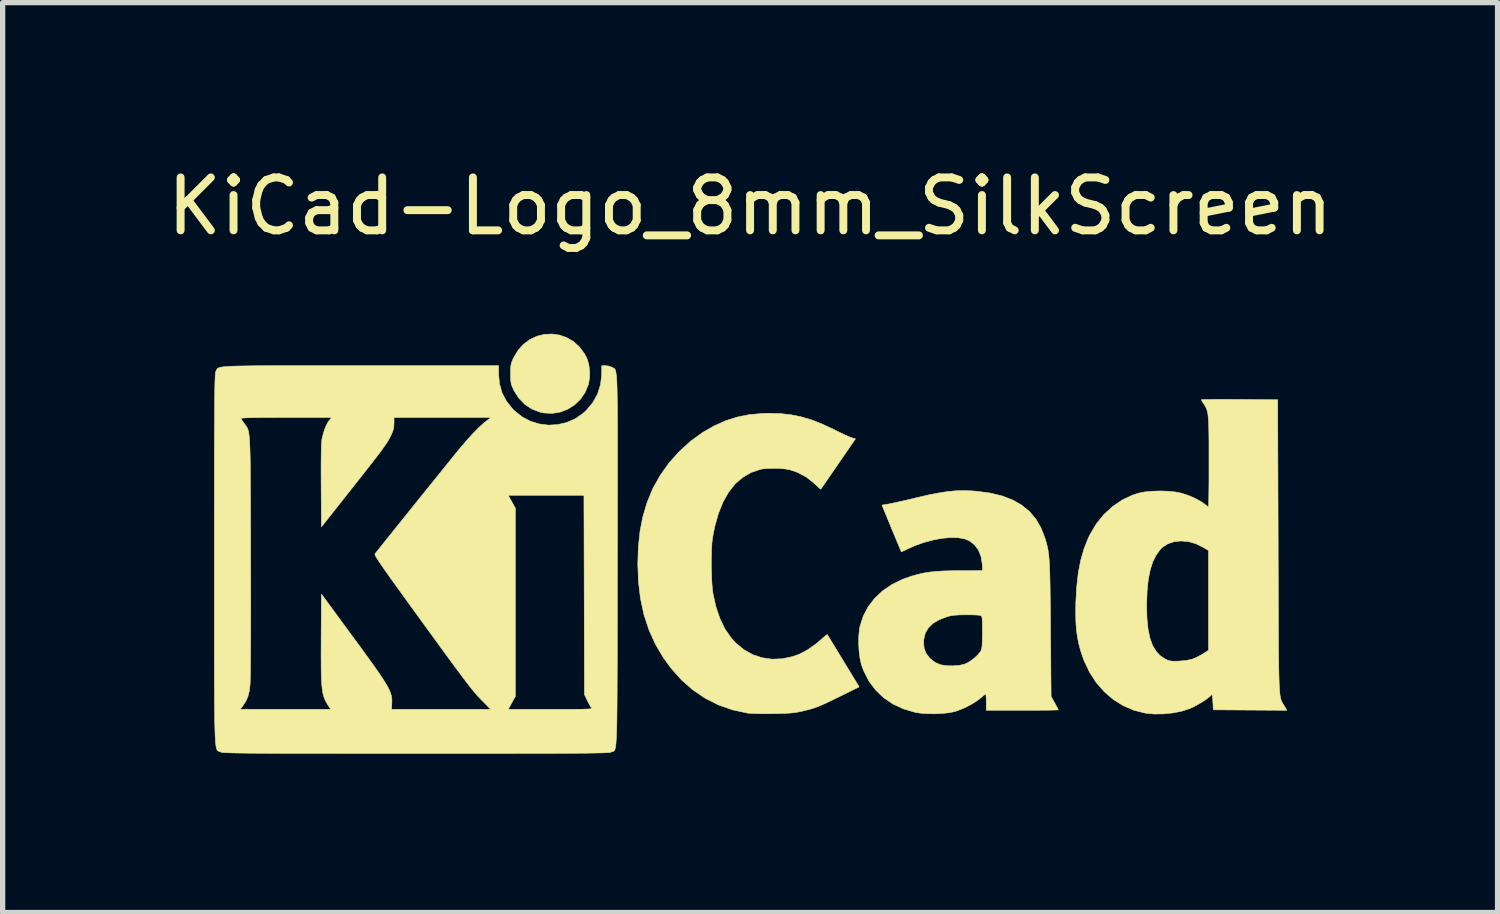
<source format=kicad_pcb>
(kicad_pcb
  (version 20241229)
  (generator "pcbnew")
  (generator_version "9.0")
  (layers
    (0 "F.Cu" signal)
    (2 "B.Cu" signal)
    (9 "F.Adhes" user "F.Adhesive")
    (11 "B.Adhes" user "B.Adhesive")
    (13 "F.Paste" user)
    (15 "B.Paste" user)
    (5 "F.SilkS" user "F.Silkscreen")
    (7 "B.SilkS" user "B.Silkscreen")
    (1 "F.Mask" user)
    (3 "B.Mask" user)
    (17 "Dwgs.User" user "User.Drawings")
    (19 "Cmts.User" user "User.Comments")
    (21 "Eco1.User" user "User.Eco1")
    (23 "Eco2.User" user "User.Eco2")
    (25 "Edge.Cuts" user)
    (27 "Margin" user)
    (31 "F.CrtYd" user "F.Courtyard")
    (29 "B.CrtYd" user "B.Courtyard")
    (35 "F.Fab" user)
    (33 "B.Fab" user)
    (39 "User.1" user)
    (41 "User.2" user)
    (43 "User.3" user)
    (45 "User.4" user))
  (footprint "KiCad-Logo_8mm_SilkScreen"
    (layer "F.Cu")
    (at 11.125 7.198)
    (property "Reference" "KiCad-Logo_8mm_SilkScreen" (at 0 -6.35 0) (layer "F.SilkS") (effects (font (size 1 1) (thickness 0.15))))
    (attr exclude_from_pos_files exclude_from_bom allow_missing_courtyard)
    (fp_poly (pts (xy -3.602 -3.916) (xy -3.466 -3.869) (xy -3.339 -3.794) (xy -3.226 -3.693) (xy -3.13 -3.564) (xy -3.087 -3.483) (xy -3.05 -3.37) (xy -3.032 -3.239) (xy -3.034 -3.105) (xy -3.056 -2.983) (xy -3.117 -2.834) (xy -3.205 -2.705) (xy -3.315 -2.598) (xy -3.444 -2.516) (xy -3.587 -2.461) (xy -3.739 -2.436) (xy -3.896 -2.444) (xy -3.973 -2.46) (xy -4.124 -2.519) (xy -4.258 -2.608) (xy -4.372 -2.726) (xy -4.463 -2.869) (xy -4.47 -2.885) (xy -4.497 -2.943) (xy -4.513 -2.993) (xy -4.522 -3.045) (xy -4.526 -3.111) (xy -4.527 -3.184) (xy -4.526 -3.271) (xy -4.521 -3.334) (xy -4.511 -3.385) (xy -4.492 -3.436) (xy -4.469 -3.487) (xy -4.384 -3.63) (xy -4.279 -3.745) (xy -4.158 -3.834) (xy -4.026 -3.895) (xy -3.886 -3.929) (xy -3.744 -3.936) (xy -3.602 -3.916)) (stroke (width 0.01) (type solid)) (fill yes) (layer "F.SilkS"))
    (fp_poly (pts (xy 0.581 -2.431) (xy 0.777 -2.409) (xy 0.967 -2.371) (xy 1.158 -2.314) (xy 1.358 -2.236) (xy 1.576 -2.135) (xy 1.615 -2.115) (xy 1.705 -2.071) (xy 1.79 -2.031) (xy 1.861 -1.999) (xy 1.91 -1.979) (xy 1.918 -1.977) (xy 1.991 -1.955) (xy 1.665 -1.481) (xy 1.585 -1.365) (xy 1.512 -1.259) (xy 1.449 -1.167) (xy 1.397 -1.092) (xy 1.359 -1.038) (xy 1.339 -1.008) (xy 1.335 -1.003) (xy 1.322 -1.013) (xy 1.288 -1.043) (xy 1.24 -1.087) (xy 1.214 -1.112) (xy 1.065 -1.231) (xy 0.897 -1.321) (xy 0.753 -1.37) (xy 0.666 -1.386) (xy 0.558 -1.395) (xy 0.44 -1.398) (xy 0.326 -1.395) (xy 0.229 -1.385) (xy 0.19 -1.378) (xy 0.015 -1.317) (xy -0.143 -1.225) (xy -0.284 -1.102) (xy -0.407 -0.947) (xy -0.512 -0.76) (xy -0.599 -0.543) (xy -0.669 -0.294) (xy -0.71 -0.082) (xy -0.721 0.012) (xy -0.728 0.134) (xy -0.732 0.273) (xy -0.733 0.423) (xy -0.73 0.575) (xy -0.725 0.718) (xy -0.716 0.846) (xy -0.704 0.949) (xy -0.702 0.964) (xy -0.646 1.22) (xy -0.569 1.445) (xy -0.472 1.643) (xy -0.353 1.813) (xy -0.269 1.905) (xy -0.117 2.03) (xy 0.049 2.123) (xy 0.227 2.182) (xy 0.414 2.209) (xy 0.607 2.201) (xy 0.803 2.16) (xy 0.92 2.119) (xy 1.08 2.037) (xy 1.246 1.92) (xy 1.339 1.84) (xy 1.391 1.794) (xy 1.432 1.761) (xy 1.455 1.745) (xy 1.458 1.744) (xy 1.469 1.761) (xy 1.496 1.804) (xy 1.537 1.872) (xy 1.59 1.959) (xy 1.653 2.062) (xy 1.723 2.177) (xy 1.762 2.241) (xy 2.061 2.732) (xy 1.688 2.916) (xy 1.553 2.982) (xy 1.444 3.034) (xy 1.354 3.075) (xy 1.276 3.107) (xy 1.203 3.133) (xy 1.13 3.155) (xy 1.049 3.176) (xy 0.971 3.195) (xy 0.901 3.209) (xy 0.829 3.22) (xy 0.746 3.228) (xy 0.645 3.233) (xy 0.52 3.237) (xy 0.435 3.239) (xy 0.315 3.24) (xy 0.199 3.239) (xy 0.096 3.237) (xy 0.013 3.234) (xy -0.042 3.229) (xy -0.045 3.228) (xy -0.33 3.167) (xy -0.598 3.073) (xy -0.848 2.948) (xy -1.08 2.791) (xy -1.295 2.602) (xy -1.492 2.382) (xy -1.635 2.186) (xy -1.787 1.93) (xy -1.91 1.659) (xy -2.005 1.372) (xy -2.071 1.066) (xy -2.11 0.74) (xy -2.122 0.408) (xy -2.112 0.087) (xy -2.08 -0.209) (xy -2.026 -0.486) (xy -1.948 -0.747) (xy -1.845 -0.999) (xy -1.833 -1.025) (xy -1.697 -1.268) (xy -1.531 -1.5) (xy -1.338 -1.716) (xy -1.125 -1.91) (xy -0.894 -2.077) (xy -0.679 -2.2) (xy -0.462 -2.297) (xy -0.244 -2.366) (xy -0.018 -2.412) (xy 0.226 -2.434) (xy 0.372 -2.437) (xy 0.581 -2.431)) (stroke (width 0.01) (type solid)) (fill yes) (layer "F.SilkS"))
    (fp_poly (pts (xy 9.042 -2.7) (xy 9.196 -2.699) (xy 9.248 -2.699) (xy 9.97 -2.694) (xy 9.979 0.073) (xy 9.98 0.448) (xy 9.981 0.788) (xy 9.982 1.096) (xy 9.983 1.373) (xy 9.984 1.621) (xy 9.985 1.841) (xy 9.986 2.036) (xy 9.988 2.206) (xy 9.99 2.354) (xy 9.993 2.482) (xy 9.996 2.592) (xy 9.999 2.684) (xy 10.003 2.761) (xy 10.008 2.825) (xy 10.013 2.877) (xy 10.02 2.92) (xy 10.027 2.954) (xy 10.035 2.982) (xy 10.044 3.005) (xy 10.055 3.026) (xy 10.066 3.045) (xy 10.079 3.066) (xy 10.093 3.089) (xy 10.096 3.093) (xy 10.144 3.175) (xy 8.754 3.166) (xy 8.745 3.013) (xy 8.74 2.94) (xy 8.735 2.898) (xy 8.728 2.881) (xy 8.717 2.884) (xy 8.709 2.894) (xy 8.67 2.929) (xy 8.608 2.975) (xy 8.531 3.025) (xy 8.447 3.074) (xy 8.365 3.117) (xy 8.302 3.145) (xy 8.155 3.192) (xy 7.986 3.225) (xy 7.808 3.243) (xy 7.633 3.245) (xy 7.474 3.229) (xy 7.472 3.229) (xy 7.254 3.174) (xy 7.05 3.087) (xy 6.863 2.97) (xy 6.693 2.824) (xy 6.542 2.651) (xy 6.414 2.453) (xy 6.309 2.232) (xy 6.252 2.068) (xy 6.215 1.931) (xy 6.187 1.799) (xy 6.168 1.663) (xy 6.157 1.514) (xy 6.153 1.347) (xy 6.155 1.209) (xy 7.493 1.209) (xy 7.5 1.439) (xy 7.52 1.637) (xy 7.554 1.805) (xy 7.603 1.943) (xy 7.668 2.055) (xy 7.748 2.142) (xy 7.842 2.204) (xy 7.89 2.227) (xy 7.932 2.24) (xy 7.979 2.247) (xy 8.042 2.247) (xy 8.11 2.245) (xy 8.243 2.233) (xy 8.349 2.21) (xy 8.382 2.198) (xy 8.458 2.164) (xy 8.538 2.121) (xy 8.572 2.1) (xy 8.663 2.041) (xy 8.663 0.155) (xy 8.563 0.095) (xy 8.424 0.027) (xy 8.282 -0.013) (xy 8.142 -0.025) (xy 8.009 -0.011) (xy 7.889 0.031) (xy 7.787 0.099) (xy 7.754 0.131) (xy 7.675 0.239) (xy 7.61 0.368) (xy 7.561 0.523) (xy 7.525 0.704) (xy 7.503 0.915) (xy 7.494 1.157) (xy 7.493 1.209) (xy 6.155 1.209) (xy 6.155 1.152) (xy 6.171 0.854) (xy 6.201 0.584) (xy 6.248 0.34) (xy 6.312 0.118) (xy 6.394 -0.087) (xy 6.424 -0.148) (xy 6.542 -0.347) (xy 6.684 -0.523) (xy 6.848 -0.674) (xy 7.029 -0.798) (xy 7.225 -0.891) (xy 7.343 -0.929) (xy 7.458 -0.952) (xy 7.597 -0.965) (xy 7.748 -0.97) (xy 7.898 -0.965) (xy 8.038 -0.951) (xy 8.15 -0.928) (xy 8.283 -0.885) (xy 8.412 -0.829) (xy 8.525 -0.767) (xy 8.585 -0.725) (xy 8.627 -0.693) (xy 8.656 -0.674) (xy 8.662 -0.671) (xy 8.664 -0.689) (xy 8.666 -0.739) (xy 8.668 -0.819) (xy 8.669 -0.924) (xy 8.671 -1.051) (xy 8.672 -1.197) (xy 8.672 -1.357) (xy 8.672 -1.521) (xy 8.672 -1.731) (xy 8.672 -1.908) (xy 8.67 -2.055) (xy 8.668 -2.176) (xy 8.665 -2.274) (xy 8.659 -2.353) (xy 8.652 -2.416) (xy 8.643 -2.467) (xy 8.631 -2.508) (xy 8.616 -2.543) (xy 8.598 -2.576) (xy 8.577 -2.61) (xy 8.574 -2.614) (xy 8.546 -2.658) (xy 8.529 -2.688) (xy 8.527 -2.694) (xy 8.545 -2.696) (xy 8.595 -2.698) (xy 8.673 -2.699) (xy 8.776 -2.7) (xy 8.9 -2.7) (xy 9.042 -2.7)) (stroke (width 0.01) (type solid)) (fill yes) (layer "F.SilkS"))
    (fp_poly (pts (xy 4.186 -0.972) (xy 4.276 -0.965) (xy 4.533 -0.931) (xy 4.76 -0.877) (xy 4.96 -0.801) (xy 5.132 -0.703) (xy 5.278 -0.583) (xy 5.4 -0.44) (xy 5.497 -0.272) (xy 5.568 -0.091) (xy 5.586 -0.033) (xy 5.602 0.021) (xy 5.615 0.075) (xy 5.627 0.13) (xy 5.637 0.191) (xy 5.645 0.26) (xy 5.652 0.339) (xy 5.657 0.433) (xy 5.662 0.543) (xy 5.666 0.672) (xy 5.669 0.825) (xy 5.671 1.003) (xy 5.674 1.209) (xy 5.676 1.447) (xy 5.677 1.633) (xy 5.688 2.912) (xy 5.756 3.035) (xy 5.788 3.094) (xy 5.812 3.14) (xy 5.823 3.165) (xy 5.824 3.167) (xy 5.806 3.168) (xy 5.757 3.17) (xy 5.678 3.172) (xy 5.576 3.173) (xy 5.453 3.174) (xy 5.314 3.175) (xy 5.162 3.175) (xy 5.144 3.175) (xy 4.463 3.175) (xy 4.463 3.021) (xy 4.462 2.951) (xy 4.459 2.898) (xy 4.454 2.869) (xy 4.452 2.867) (xy 4.434 2.878) (xy 4.397 2.907) (xy 4.349 2.948) (xy 4.348 2.949) (xy 4.26 3.014) (xy 4.149 3.08) (xy 4.028 3.139) (xy 3.908 3.186) (xy 3.855 3.202) (xy 3.751 3.222) (xy 3.622 3.235) (xy 3.481 3.241) (xy 3.34 3.239) (xy 3.211 3.228) (xy 3.121 3.214) (xy 2.899 3.148) (xy 2.699 3.056) (xy 2.522 2.936) (xy 2.371 2.791) (xy 2.245 2.622) (xy 2.147 2.43) (xy 2.104 2.313) (xy 2.078 2.2) (xy 2.06 2.064) (xy 2.052 1.917) (xy 2.052 1.896) (xy 3.279 1.896) (xy 3.289 2.005) (xy 3.323 2.095) (xy 3.386 2.179) (xy 3.41 2.204) (xy 3.496 2.27) (xy 3.594 2.313) (xy 3.713 2.333) (xy 3.837 2.335) (xy 3.956 2.325) (xy 4.046 2.305) (xy 4.086 2.29) (xy 4.156 2.25) (xy 4.232 2.194) (xy 4.3 2.131) (xy 4.351 2.07) (xy 4.365 2.047) (xy 4.375 2.016) (xy 4.383 1.967) (xy 4.388 1.894) (xy 4.39 1.793) (xy 4.391 1.697) (xy 4.39 1.585) (xy 4.389 1.504) (xy 4.386 1.449) (xy 4.381 1.414) (xy 4.373 1.394) (xy 4.362 1.384) (xy 4.359 1.383) (xy 4.33 1.378) (xy 4.272 1.374) (xy 4.193 1.371) (xy 4.102 1.37) (xy 4.082 1.37) (xy 3.96 1.372) (xy 3.866 1.378) (xy 3.791 1.388) (xy 3.729 1.404) (xy 3.575 1.462) (xy 3.455 1.533) (xy 3.367 1.619) (xy 3.309 1.721) (xy 3.282 1.839) (xy 3.279 1.896) (xy 2.052 1.896) (xy 2.054 1.774) (xy 2.066 1.645) (xy 2.076 1.592) (xy 2.137 1.399) (xy 2.23 1.221) (xy 2.353 1.06) (xy 2.504 0.918) (xy 2.682 0.797) (xy 2.885 0.698) (xy 3.057 0.638) (xy 3.172 0.606) (xy 3.282 0.581) (xy 3.395 0.563) (xy 3.516 0.55) (xy 3.654 0.542) (xy 3.816 0.538) (xy 3.962 0.536) (xy 4.395 0.535) (xy 4.386 0.405) (xy 4.363 0.264) (xy 4.313 0.143) (xy 4.238 0.044) (xy 4.141 -0.029) (xy 4.056 -0.064) (xy 3.934 -0.086) (xy 3.789 -0.09) (xy 3.627 -0.075) (xy 3.455 -0.043) (xy 3.281 0.004) (xy 3.111 0.065) (xy 2.987 0.121) (xy 2.928 0.15) (xy 2.882 0.17) (xy 2.859 0.178) (xy 2.858 0.178) (xy 2.85 0.16) (xy 2.83 0.114) (xy 2.8 0.042) (xy 2.762 -0.049) (xy 2.717 -0.156) (xy 2.672 -0.265) (xy 2.492 -0.703) (xy 2.62 -0.724) (xy 2.676 -0.735) (xy 2.76 -0.753) (xy 2.864 -0.776) (xy 2.982 -0.803) (xy 3.107 -0.833) (xy 3.157 -0.845) (xy 3.372 -0.895) (xy 3.56 -0.932) (xy 3.728 -0.958) (xy 3.884 -0.973) (xy 4.034 -0.977) (xy 4.186 -0.972)) (stroke (width 0.01) (type solid)) (fill yes) (layer "F.SilkS"))
    (fp_poly (pts (xy -7.87 -3.338) (xy -7.521 -3.338) (xy -7.358 -3.338) (xy -4.753 -3.338) (xy -4.753 -3.185) (xy -4.737 -2.998) (xy -4.688 -2.826) (xy -4.605 -2.667) (xy -4.488 -2.52) (xy -4.448 -2.481) (xy -4.306 -2.369) (xy -4.149 -2.287) (xy -3.982 -2.236) (xy -3.81 -2.214) (xy -3.637 -2.224) (xy -3.468 -2.263) (xy -3.308 -2.332) (xy -3.162 -2.432) (xy -3.096 -2.492) (xy -2.973 -2.639) (xy -2.883 -2.801) (xy -2.827 -2.976) (xy -2.805 -3.161) (xy -2.804 -3.18) (xy -2.803 -3.338) (xy -2.733 -3.338) (xy -2.671 -3.33) (xy -2.615 -3.309) (xy -2.611 -3.307) (xy -2.598 -3.301) (xy -2.587 -3.296) (xy -2.576 -3.29) (xy -2.566 -3.284) (xy -2.557 -3.274) (xy -2.549 -3.26) (xy -2.542 -3.239) (xy -2.536 -3.211) (xy -2.53 -3.174) (xy -2.525 -3.127) (xy -2.521 -3.067) (xy -2.517 -2.994) (xy -2.514 -2.906) (xy -2.512 -2.801) (xy -2.51 -2.678) (xy -2.508 -2.535) (xy -2.507 -2.372) (xy -2.506 -2.186) (xy -2.506 -1.976) (xy -2.506 -1.74) (xy -2.506 -1.477) (xy -2.506 -1.185) (xy -2.506 -0.864) (xy -2.507 -0.511) (xy -2.507 -0.124) (xy -2.508 0.297) (xy -2.508 0.348) (xy -2.509 0.771) (xy -2.509 1.16) (xy -2.509 1.516) (xy -2.51 1.839) (xy -2.51 2.133) (xy -2.511 2.398) (xy -2.512 2.635) (xy -2.513 2.847) (xy -2.514 3.034) (xy -2.516 3.199) (xy -2.517 3.342) (xy -2.52 3.466) (xy -2.523 3.571) (xy -2.526 3.66) (xy -2.53 3.733) (xy -2.534 3.793) (xy -2.539 3.84) (xy -2.545 3.877) (xy -2.551 3.904) (xy -2.558 3.924) (xy -2.566 3.937) (xy -2.575 3.946) (xy -2.585 3.951) (xy -2.596 3.955) (xy -2.608 3.958) (xy -2.621 3.963) (xy -2.624 3.964) (xy -2.634 3.967) (xy -2.651 3.97) (xy -2.676 3.973) (xy -2.71 3.976) (xy -2.756 3.978) (xy -2.814 3.98) (xy -2.886 3.982) (xy -2.973 3.983) (xy -3.078 3.985) (xy -3.201 3.986) (xy -3.343 3.987) (xy -3.507 3.988) (xy -3.694 3.989) (xy -3.905 3.989) (xy -4.141 3.99) (xy -4.405 3.99) (xy -4.697 3.991) (xy -5.019 3.991) (xy -5.373 3.991) (xy -5.759 3.991) (xy -6.18 3.991) (xy -6.316 3.991) (xy -6.747 3.991) (xy -7.142 3.991) (xy -7.504 3.991) (xy -7.835 3.99) (xy -8.134 3.99) (xy -8.405 3.99) (xy -8.649 3.989) (xy -8.866 3.989) (xy -9.059 3.988) (xy -9.229 3.987) (xy -9.378 3.986) (xy -9.506 3.985) (xy -9.616 3.983) (xy -9.709 3.982) (xy -9.786 3.98) (xy -9.848 3.978) (xy -9.899 3.976) (xy -9.937 3.974) (xy -9.967 3.971) (xy -9.987 3.968) (xy -10.001 3.965) (xy -10.009 3.962) (xy -10.023 3.956) (xy -10.035 3.952) (xy -10.046 3.948) (xy -10.057 3.942) (xy -10.066 3.934) (xy -10.075 3.92) (xy -10.082 3.901) (xy -10.089 3.874) (xy -10.095 3.839) (xy -10.101 3.793) (xy -10.105 3.734) (xy -10.109 3.663) (xy -10.112 3.576) (xy -10.115 3.473) (xy -10.118 3.352) (xy -10.119 3.211) (xy -10.12 3.157) (xy -9.636 3.157) (xy -7.924 3.157) (xy -7.957 3.107) (xy -7.99 3.056) (xy -8.018 3.007) (xy -8.041 2.957) (xy -8.06 2.903) (xy -8.075 2.841) (xy -8.086 2.768) (xy -8.095 2.68) (xy -8.101 2.574) (xy -8.105 2.447) (xy -8.106 2.294) (xy -8.107 2.114) (xy -8.106 1.902) (xy -8.106 1.823) (xy -8.101 0.978) (xy -7.566 1.707) (xy -7.414 1.913) (xy -7.283 2.093) (xy -7.17 2.249) (xy -7.075 2.383) (xy -6.996 2.497) (xy -6.931 2.594) (xy -6.88 2.676) (xy -6.84 2.746) (xy -6.811 2.806) (xy -6.791 2.858) (xy -6.778 2.905) (xy -6.771 2.949) (xy -6.769 2.992) (xy -6.77 3.038) (xy -6.77 3.043) (xy -6.776 3.157) (xy -4.901 3.157) (xy -5.04 3.016) (xy -5.078 2.978) (xy -5.114 2.94) (xy -5.15 2.902) (xy -5.186 2.86) (xy -5.226 2.814) (xy -5.27 2.76) (xy -5.32 2.696) (xy -5.377 2.622) (xy -5.443 2.534) (xy -5.521 2.43) (xy -5.61 2.309) (xy -5.713 2.169) (xy -5.832 2.006) (xy -5.967 1.82) (xy -6.121 1.609) (xy -6.247 1.435) (xy -6.406 1.217) (xy -6.544 1.026) (xy -6.663 0.86) (xy -6.765 0.719) (xy -6.85 0.599) (xy -6.92 0.5) (xy -6.976 0.419) (xy -7.019 0.355) (xy -7.051 0.305) (xy -7.072 0.269) (xy -7.085 0.243) (xy -7.09 0.227) (xy -7.088 0.218) (xy -7.071 0.196) (xy -7.032 0.148) (xy -6.976 0.077) (xy -6.904 -0.013) (xy -6.818 -0.12) (xy -6.721 -0.241) (xy -6.615 -0.373) (xy -6.502 -0.514) (xy -6.385 -0.659) (xy -6.266 -0.808) (xy -6.2 -0.889) (xy -4.571 -0.889) (xy -4.504 -0.767) (xy -4.436 -0.644) (xy -4.436 2.912) (xy -4.504 3.034) (xy -4.571 3.157) (xy -3.771 3.157) (xy -3.579 3.157) (xy -3.422 3.157) (xy -3.294 3.156) (xy -3.193 3.155) (xy -3.117 3.153) (xy -3.062 3.151) (xy -3.025 3.148) (xy -3.004 3.144) (xy -2.994 3.139) (xy -2.993 3.132) (xy -2.999 3.125) (xy -2.999 3.125) (xy -3.022 3.092) (xy -3.052 3.038) (xy -3.079 2.984) (xy -3.13 2.876) (xy -3.135 0.993) (xy -3.14 -0.889) (xy -4.571 -0.889) (xy -6.2 -0.889) (xy -6.147 -0.955) (xy -6.03 -1.1) (xy -5.918 -1.238) (xy -5.814 -1.368) (xy -5.719 -1.486) (xy -5.635 -1.589) (xy -5.566 -1.675) (xy -5.512 -1.74) (xy -5.481 -1.778) (xy -5.36 -1.92) (xy -5.244 -2.049) (xy -5.136 -2.159) (xy -5.04 -2.247) (xy -4.973 -2.301) (xy -4.893 -2.359) (xy -6.729 -2.359) (xy -6.729 -2.251) (xy -6.734 -2.172) (xy -6.753 -2.098) (xy -6.783 -2.029) (xy -6.802 -1.989) (xy -6.823 -1.95) (xy -6.847 -1.909) (xy -6.877 -1.863) (xy -6.914 -1.81) (xy -6.959 -1.746) (xy -7.016 -1.67) (xy -7.086 -1.579) (xy -7.17 -1.47) (xy -7.271 -1.341) (xy -7.391 -1.189) (xy -7.532 -1.011) (xy -7.547 -0.991) (xy -8.101 -0.291) (xy -8.106 -1.066) (xy -8.107 -1.299) (xy -8.107 -1.495) (xy -8.105 -1.657) (xy -8.103 -1.784) (xy -8.098 -1.878) (xy -8.093 -1.938) (xy -8.091 -1.95) (xy -8.061 -2.071) (xy -8.023 -2.18) (xy -7.979 -2.267) (xy -7.953 -2.304) (xy -7.907 -2.359) (xy -8.772 -2.359) (xy -8.978 -2.358) (xy -9.15 -2.358) (xy -9.291 -2.357) (xy -9.404 -2.355) (xy -9.49 -2.353) (xy -9.553 -2.35) (xy -9.594 -2.347) (xy -9.616 -2.342) (xy -9.623 -2.337) (xy -9.622 -2.336) (xy -9.604 -2.308) (xy -9.573 -2.264) (xy -9.558 -2.242) (xy -9.541 -2.22) (xy -9.526 -2.2) (xy -9.513 -2.181) (xy -9.502 -2.16) (xy -9.491 -2.135) (xy -9.482 -2.106) (xy -9.475 -2.068) (xy -9.468 -2.022) (xy -9.462 -1.964) (xy -9.457 -1.893) (xy -9.453 -1.806) (xy -9.45 -1.703) (xy -9.447 -1.58) (xy -9.445 -1.436) (xy -9.444 -1.27) (xy -9.443 -1.078) (xy -9.442 -0.86) (xy -9.441 -0.613) (xy -9.44 -0.335) (xy -9.439 -0.024) (xy -9.439 0.261) (xy -9.438 0.579) (xy -9.438 0.883) (xy -9.437 1.17) (xy -9.438 1.439) (xy -9.438 1.687) (xy -9.439 1.913) (xy -9.44 2.114) (xy -9.442 2.289) (xy -9.443 2.436) (xy -9.445 2.553) (xy -9.447 2.638) (xy -9.45 2.689) (xy -9.45 2.694) (xy -9.466 2.818) (xy -9.491 2.917) (xy -9.529 3.003) (xy -9.585 3.089) (xy -9.591 3.098) (xy -9.636 3.157) (xy -10.12 3.157) (xy -10.121 3.049) (xy -10.122 2.865) (xy -10.123 2.657) (xy -10.123 2.423) (xy -10.124 2.162) (xy -10.124 1.873) (xy -10.124 1.554) (xy -10.124 1.203) (xy -10.124 0.82) (xy -10.124 0.401) (xy -10.124 0.318) (xy -10.124 -0.104) (xy -10.124 -0.492) (xy -10.123 -0.847) (xy -10.123 -1.169) (xy -10.123 -1.462) (xy -10.123 -1.725) (xy -10.122 -1.961) (xy -10.121 -2.172) (xy -10.121 -2.357) (xy -10.12 -2.521) (xy -10.119 -2.662) (xy -10.117 -2.784) (xy -10.116 -2.887) (xy -10.114 -2.974) (xy -10.112 -3.045) (xy -10.11 -3.102) (xy -10.108 -3.146) (xy -10.105 -3.18) (xy -10.103 -3.204) (xy -10.1 -3.22) (xy -10.096 -3.23) (xy -10.096 -3.23) (xy -10.089 -3.245) (xy -10.084 -3.258) (xy -10.077 -3.27) (xy -10.069 -3.281) (xy -10.056 -3.29) (xy -10.037 -3.299) (xy -10.011 -3.306) (xy -9.976 -3.313) (xy -9.929 -3.318) (xy -9.87 -3.323) (xy -9.796 -3.327) (xy -9.705 -3.33) (xy -9.597 -3.332) (xy -9.469 -3.334) (xy -9.319 -3.336) (xy -9.146 -3.337) (xy -8.948 -3.338) (xy -8.723 -3.338) (xy -8.47 -3.338) (xy -8.186 -3.338) (xy -7.87 -3.338)) (stroke (width 0.01) (type solid)) (fill yes) (layer "F.SilkS")))
  (gr_rect
    (start -3 -3)
    (end 25.25 14.194)
    (stroke (width 0.1) (type default))
    (fill no)
    (layer "Edge.Cuts")))
</source>
